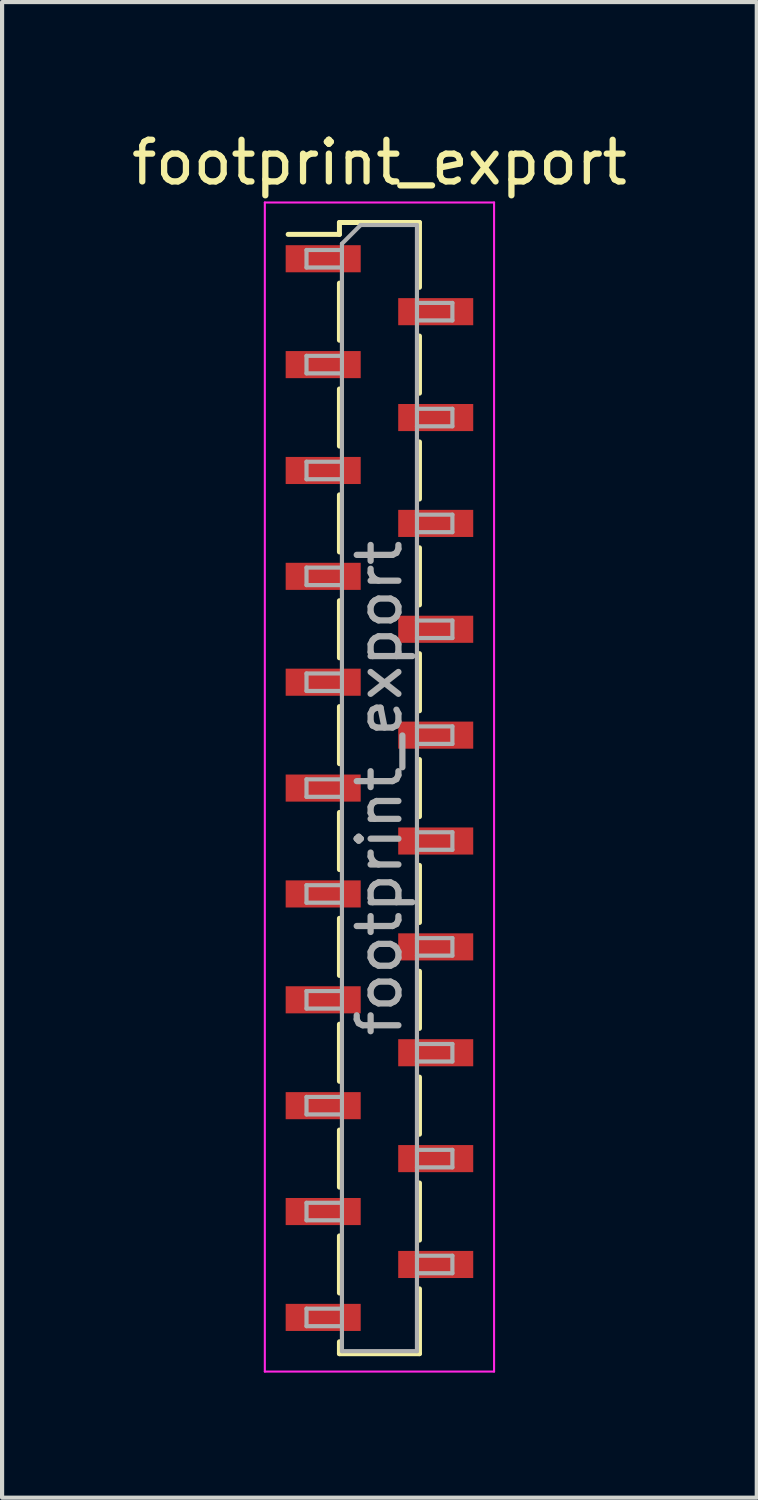
<source format=kicad_pcb>
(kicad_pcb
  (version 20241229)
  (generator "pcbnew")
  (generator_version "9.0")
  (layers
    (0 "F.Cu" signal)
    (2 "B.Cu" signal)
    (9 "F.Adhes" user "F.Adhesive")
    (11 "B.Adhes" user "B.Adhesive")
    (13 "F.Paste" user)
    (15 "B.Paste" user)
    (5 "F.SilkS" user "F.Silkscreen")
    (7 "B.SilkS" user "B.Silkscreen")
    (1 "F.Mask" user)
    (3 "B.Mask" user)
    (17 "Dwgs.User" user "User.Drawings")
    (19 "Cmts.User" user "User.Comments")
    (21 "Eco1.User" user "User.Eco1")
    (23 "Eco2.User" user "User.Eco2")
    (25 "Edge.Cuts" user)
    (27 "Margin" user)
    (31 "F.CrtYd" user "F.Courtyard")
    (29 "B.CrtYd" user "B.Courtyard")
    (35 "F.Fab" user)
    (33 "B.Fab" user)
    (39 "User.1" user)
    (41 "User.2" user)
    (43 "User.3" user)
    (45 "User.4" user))
  (footprint "footprint_export"
    (layer "F.Cu")
    (at 6.054 15.858)
    (property "Reference" "footprint_export" (at 0 -15.01 0) (layer "F.SilkS") (effects (font (size 1 1) (thickness 0.15))))
    (attr smd)
    (fp_line (start -2.19 -13.285) (end -0.96 -13.285) (stroke (width 0.12) (type solid)) (layer "F.SilkS"))
    (fp_line (start -0.96 -13.57) (end -0.96 -13.285) (stroke (width 0.12) (type solid)) (layer "F.SilkS"))
    (fp_line (start -0.96 -13.57) (end 0.96 -13.57) (stroke (width 0.12) (type solid)) (layer "F.SilkS"))
    (fp_line (start -0.96 -12.115) (end -0.96 -10.745) (stroke (width 0.12) (type solid)) (layer "F.SilkS"))
    (fp_line (start -0.96 -9.575) (end -0.96 -8.205) (stroke (width 0.12) (type solid)) (layer "F.SilkS"))
    (fp_line (start -0.96 -7.035) (end -0.96 -5.665) (stroke (width 0.12) (type solid)) (layer "F.SilkS"))
    (fp_line (start -0.96 -4.495) (end -0.96 -3.125) (stroke (width 0.12) (type solid)) (layer "F.SilkS"))
    (fp_line (start -0.96 -1.955) (end -0.96 -0.585) (stroke (width 0.12) (type solid)) (layer "F.SilkS"))
    (fp_line (start -0.96 0.585) (end -0.96 1.955) (stroke (width 0.12) (type solid)) (layer "F.SilkS"))
    (fp_line (start -0.96 3.125) (end -0.96 4.495) (stroke (width 0.12) (type solid)) (layer "F.SilkS"))
    (fp_line (start -0.96 5.665) (end -0.96 7.035) (stroke (width 0.12) (type solid)) (layer "F.SilkS"))
    (fp_line (start -0.96 8.205) (end -0.96 9.575) (stroke (width 0.12) (type solid)) (layer "F.SilkS"))
    (fp_line (start -0.96 10.745) (end -0.96 12.115) (stroke (width 0.12) (type solid)) (layer "F.SilkS"))
    (fp_line (start -0.96 13.285) (end -0.96 13.57) (stroke (width 0.12) (type solid)) (layer "F.SilkS"))
    (fp_line (start -0.96 13.57) (end 0.96 13.57) (stroke (width 0.12) (type solid)) (layer "F.SilkS"))
    (fp_line (start 0.96 -13.57) (end 0.96 -12.015) (stroke (width 0.12) (type solid)) (layer "F.SilkS"))
    (fp_line (start 0.96 -10.845) (end 0.96 -9.475) (stroke (width 0.12) (type solid)) (layer "F.SilkS"))
    (fp_line (start 0.96 -8.305) (end 0.96 -6.935) (stroke (width 0.12) (type solid)) (layer "F.SilkS"))
    (fp_line (start 0.96 -5.765) (end 0.96 -4.395) (stroke (width 0.12) (type solid)) (layer "F.SilkS"))
    (fp_line (start 0.96 -3.225) (end 0.96 -1.855) (stroke (width 0.12) (type solid)) (layer "F.SilkS"))
    (fp_line (start 0.96 -0.685) (end 0.96 0.685) (stroke (width 0.12) (type solid)) (layer "F.SilkS"))
    (fp_line (start 0.96 1.855) (end 0.96 3.225) (stroke (width 0.12) (type solid)) (layer "F.SilkS"))
    (fp_line (start 0.96 4.395) (end 0.96 5.765) (stroke (width 0.12) (type solid)) (layer "F.SilkS"))
    (fp_line (start 0.96 6.935) (end 0.96 8.305) (stroke (width 0.12) (type solid)) (layer "F.SilkS"))
    (fp_line (start 0.96 9.475) (end 0.96 10.845) (stroke (width 0.12) (type solid)) (layer "F.SilkS"))
    (fp_line (start 0.96 12.015) (end 0.96 13.57) (stroke (width 0.12) (type solid)) (layer "F.SilkS"))
    (fp_line (start -2.75 -14.05) (end 2.75 -14.05) (stroke (width 0.05) (type solid)) (layer "F.CrtYd"))
    (fp_line (start -2.75 14) (end -2.75 -14.05) (stroke (width 0.05) (type solid)) (layer "F.CrtYd"))
    (fp_line (start 2.75 -14.05) (end 2.75 14) (stroke (width 0.05) (type solid)) (layer "F.CrtYd"))
    (fp_line (start 2.75 14) (end -2.75 14) (stroke (width 0.05) (type solid)) (layer "F.CrtYd"))
    (fp_line (start -1.75 -12.91) (end -0.9 -12.91) (stroke (width 0.1) (type solid)) (layer "F.Fab"))
    (fp_line (start -1.75 -12.49) (end -1.75 -12.91) (stroke (width 0.1) (type solid)) (layer "F.Fab"))
    (fp_line (start -1.75 -10.37) (end -0.9 -10.37) (stroke (width 0.1) (type solid)) (layer "F.Fab"))
    (fp_line (start -1.75 -9.95) (end -1.75 -10.37) (stroke (width 0.1) (type solid)) (layer "F.Fab"))
    (fp_line (start -1.75 -7.83) (end -0.9 -7.83) (stroke (width 0.1) (type solid)) (layer "F.Fab"))
    (fp_line (start -1.75 -7.41) (end -1.75 -7.83) (stroke (width 0.1) (type solid)) (layer "F.Fab"))
    (fp_line (start -1.75 -5.29) (end -0.9 -5.29) (stroke (width 0.1) (type solid)) (layer "F.Fab"))
    (fp_line (start -1.75 -4.87) (end -1.75 -5.29) (stroke (width 0.1) (type solid)) (layer "F.Fab"))
    (fp_line (start -1.75 -2.75) (end -0.9 -2.75) (stroke (width 0.1) (type solid)) (layer "F.Fab"))
    (fp_line (start -1.75 -2.33) (end -1.75 -2.75) (stroke (width 0.1) (type solid)) (layer "F.Fab"))
    (fp_line (start -1.75 -0.21) (end -0.9 -0.21) (stroke (width 0.1) (type solid)) (layer "F.Fab"))
    (fp_line (start -1.75 0.21) (end -1.75 -0.21) (stroke (width 0.1) (type solid)) (layer "F.Fab"))
    (fp_line (start -1.75 2.33) (end -0.9 2.33) (stroke (width 0.1) (type solid)) (layer "F.Fab"))
    (fp_line (start -1.75 2.75) (end -1.75 2.33) (stroke (width 0.1) (type solid)) (layer "F.Fab"))
    (fp_line (start -1.75 4.87) (end -0.9 4.87) (stroke (width 0.1) (type solid)) (layer "F.Fab"))
    (fp_line (start -1.75 5.29) (end -1.75 4.87) (stroke (width 0.1) (type solid)) (layer "F.Fab"))
    (fp_line (start -1.75 7.41) (end -0.9 7.41) (stroke (width 0.1) (type solid)) (layer "F.Fab"))
    (fp_line (start -1.75 7.83) (end -1.75 7.41) (stroke (width 0.1) (type solid)) (layer "F.Fab"))
    (fp_line (start -1.75 9.95) (end -0.9 9.95) (stroke (width 0.1) (type solid)) (layer "F.Fab"))
    (fp_line (start -1.75 10.37) (end -1.75 9.95) (stroke (width 0.1) (type solid)) (layer "F.Fab"))
    (fp_line (start -1.75 12.49) (end -0.9 12.49) (stroke (width 0.1) (type solid)) (layer "F.Fab"))
    (fp_line (start -1.75 12.91) (end -1.75 12.49) (stroke (width 0.1) (type solid)) (layer "F.Fab"))
    (fp_line (start -0.9 -13.06) (end -0.45 -13.51) (stroke (width 0.1) (type solid)) (layer "F.Fab"))
    (fp_line (start -0.9 -12.49) (end -1.75 -12.49) (stroke (width 0.1) (type solid)) (layer "F.Fab"))
    (fp_line (start -0.9 -9.95) (end -1.75 -9.95) (stroke (width 0.1) (type solid)) (layer "F.Fab"))
    (fp_line (start -0.9 -7.41) (end -1.75 -7.41) (stroke (width 0.1) (type solid)) (layer "F.Fab"))
    (fp_line (start -0.9 -4.87) (end -1.75 -4.87) (stroke (width 0.1) (type solid)) (layer "F.Fab"))
    (fp_line (start -0.9 -2.33) (end -1.75 -2.33) (stroke (width 0.1) (type solid)) (layer "F.Fab"))
    (fp_line (start -0.9 0.21) (end -1.75 0.21) (stroke (width 0.1) (type solid)) (layer "F.Fab"))
    (fp_line (start -0.9 2.75) (end -1.75 2.75) (stroke (width 0.1) (type solid)) (layer "F.Fab"))
    (fp_line (start -0.9 5.29) (end -1.75 5.29) (stroke (width 0.1) (type solid)) (layer "F.Fab"))
    (fp_line (start -0.9 7.83) (end -1.75 7.83) (stroke (width 0.1) (type solid)) (layer "F.Fab"))
    (fp_line (start -0.9 10.37) (end -1.75 10.37) (stroke (width 0.1) (type solid)) (layer "F.Fab"))
    (fp_line (start -0.9 12.91) (end -1.75 12.91) (stroke (width 0.1) (type solid)) (layer "F.Fab"))
    (fp_line (start -0.9 13.51) (end -0.9 -13.06) (stroke (width 0.1) (type solid)) (layer "F.Fab"))
    (fp_line (start -0.45 -13.51) (end 0.9 -13.51) (stroke (width 0.1) (type solid)) (layer "F.Fab"))
    (fp_line (start 0.9 -13.51) (end 0.9 13.51) (stroke (width 0.1) (type solid)) (layer "F.Fab"))
    (fp_line (start 0.9 -11.64) (end 1.75 -11.64) (stroke (width 0.1) (type solid)) (layer "F.Fab"))
    (fp_line (start 0.9 -9.1) (end 1.75 -9.1) (stroke (width 0.1) (type solid)) (layer "F.Fab"))
    (fp_line (start 0.9 -6.56) (end 1.75 -6.56) (stroke (width 0.1) (type solid)) (layer "F.Fab"))
    (fp_line (start 0.9 -4.02) (end 1.75 -4.02) (stroke (width 0.1) (type solid)) (layer "F.Fab"))
    (fp_line (start 0.9 -1.48) (end 1.75 -1.48) (stroke (width 0.1) (type solid)) (layer "F.Fab"))
    (fp_line (start 0.9 1.06) (end 1.75 1.06) (stroke (width 0.1) (type solid)) (layer "F.Fab"))
    (fp_line (start 0.9 3.6) (end 1.75 3.6) (stroke (width 0.1) (type solid)) (layer "F.Fab"))
    (fp_line (start 0.9 6.14) (end 1.75 6.14) (stroke (width 0.1) (type solid)) (layer "F.Fab"))
    (fp_line (start 0.9 8.68) (end 1.75 8.68) (stroke (width 0.1) (type solid)) (layer "F.Fab"))
    (fp_line (start 0.9 11.22) (end 1.75 11.22) (stroke (width 0.1) (type solid)) (layer "F.Fab"))
    (fp_line (start 0.9 13.51) (end -0.9 13.51) (stroke (width 0.1) (type solid)) (layer "F.Fab"))
    (fp_line (start 1.75 -11.64) (end 1.75 -11.22) (stroke (width 0.1) (type solid)) (layer "F.Fab"))
    (fp_line (start 1.75 -11.22) (end 0.9 -11.22) (stroke (width 0.1) (type solid)) (layer "F.Fab"))
    (fp_line (start 1.75 -9.1) (end 1.75 -8.68) (stroke (width 0.1) (type solid)) (layer "F.Fab"))
    (fp_line (start 1.75 -8.68) (end 0.9 -8.68) (stroke (width 0.1) (type solid)) (layer "F.Fab"))
    (fp_line (start 1.75 -6.56) (end 1.75 -6.14) (stroke (width 0.1) (type solid)) (layer "F.Fab"))
    (fp_line (start 1.75 -6.14) (end 0.9 -6.14) (stroke (width 0.1) (type solid)) (layer "F.Fab"))
    (fp_line (start 1.75 -4.02) (end 1.75 -3.6) (stroke (width 0.1) (type solid)) (layer "F.Fab"))
    (fp_line (start 1.75 -3.6) (end 0.9 -3.6) (stroke (width 0.1) (type solid)) (layer "F.Fab"))
    (fp_line (start 1.75 -1.48) (end 1.75 -1.06) (stroke (width 0.1) (type solid)) (layer "F.Fab"))
    (fp_line (start 1.75 -1.06) (end 0.9 -1.06) (stroke (width 0.1) (type solid)) (layer "F.Fab"))
    (fp_line (start 1.75 1.06) (end 1.75 1.48) (stroke (width 0.1) (type solid)) (layer "F.Fab"))
    (fp_line (start 1.75 1.48) (end 0.9 1.48) (stroke (width 0.1) (type solid)) (layer "F.Fab"))
    (fp_line (start 1.75 3.6) (end 1.75 4.02) (stroke (width 0.1) (type solid)) (layer "F.Fab"))
    (fp_line (start 1.75 4.02) (end 0.9 4.02) (stroke (width 0.1) (type solid)) (layer "F.Fab"))
    (fp_line (start 1.75 6.14) (end 1.75 6.56) (stroke (width 0.1) (type solid)) (layer "F.Fab"))
    (fp_line (start 1.75 6.56) (end 0.9 6.56) (stroke (width 0.1) (type solid)) (layer "F.Fab"))
    (fp_line (start 1.75 8.68) (end 1.75 9.1) (stroke (width 0.1) (type solid)) (layer "F.Fab"))
    (fp_line (start 1.75 9.1) (end 0.9 9.1) (stroke (width 0.1) (type solid)) (layer "F.Fab"))
    (fp_line (start 1.75 11.22) (end 1.75 11.64) (stroke (width 0.1) (type solid)) (layer "F.Fab"))
    (fp_line (start 1.75 11.64) (end 0.9 11.64) (stroke (width 0.1) (type solid)) (layer "F.Fab"))
    (fp_text user "${REFERENCE}" (at 0 0 90) (layer "F.Fab") (effects (font (size 1 1) (thickness 0.15))))
    (pad "1" smd rect (at -1.35 -12.7) (size 1.8 0.65) (layers "F.Cu" "F.Mask" "F.Paste"))
    (pad "2" smd rect (at 1.35 -11.43) (size 1.8 0.65) (layers "F.Cu" "F.Mask" "F.Paste"))
    (pad "3" smd rect (at -1.35 -10.16) (size 1.8 0.65) (layers "F.Cu" "F.Mask" "F.Paste"))
    (pad "4" smd rect (at 1.35 -8.89) (size 1.8 0.65) (layers "F.Cu" "F.Mask" "F.Paste"))
    (pad "5" smd rect (at -1.35 -7.62) (size 1.8 0.65) (layers "F.Cu" "F.Mask" "F.Paste"))
    (pad "6" smd rect (at 1.35 -6.35) (size 1.8 0.65) (layers "F.Cu" "F.Mask" "F.Paste"))
    (pad "7" smd rect (at -1.35 -5.08) (size 1.8 0.65) (layers "F.Cu" "F.Mask" "F.Paste"))
    (pad "8" smd rect (at 1.35 -3.81) (size 1.8 0.65) (layers "F.Cu" "F.Mask" "F.Paste"))
    (pad "9" smd rect (at -1.35 -2.54) (size 1.8 0.65) (layers "F.Cu" "F.Mask" "F.Paste"))
    (pad "10" smd rect (at 1.35 -1.27) (size 1.8 0.65) (layers "F.Cu" "F.Mask" "F.Paste"))
    (pad "11" smd rect (at -1.35 0) (size 1.8 0.65) (layers "F.Cu" "F.Mask" "F.Paste"))
    (pad "12" smd rect (at 1.35 1.27) (size 1.8 0.65) (layers "F.Cu" "F.Mask" "F.Paste"))
    (pad "13" smd rect (at -1.35 2.54) (size 1.8 0.65) (layers "F.Cu" "F.Mask" "F.Paste"))
    (pad "14" smd rect (at 1.35 3.81) (size 1.8 0.65) (layers "F.Cu" "F.Mask" "F.Paste"))
    (pad "15" smd rect (at -1.35 5.08) (size 1.8 0.65) (layers "F.Cu" "F.Mask" "F.Paste"))
    (pad "16" smd rect (at 1.35 6.35) (size 1.8 0.65) (layers "F.Cu" "F.Mask" "F.Paste"))
    (pad "17" smd rect (at -1.35 7.62) (size 1.8 0.65) (layers "F.Cu" "F.Mask" "F.Paste"))
    (pad "18" smd rect (at 1.35 8.89) (size 1.8 0.65) (layers "F.Cu" "F.Mask" "F.Paste"))
    (pad "19" smd rect (at -1.35 10.16) (size 1.8 0.65) (layers "F.Cu" "F.Mask" "F.Paste"))
    (pad "20" smd rect (at 1.35 11.43) (size 1.8 0.65) (layers "F.Cu" "F.Mask" "F.Paste"))
    (pad "21" smd rect (at -1.35 12.7) (size 1.8 0.65) (layers "F.Cu" "F.Mask" "F.Paste")))
  (gr_rect
    (start -3 -3)
    (end 15.107 32.883)
    (stroke (width 0.1) (type default))
    (fill no)
    (layer "Edge.Cuts")))
</source>
